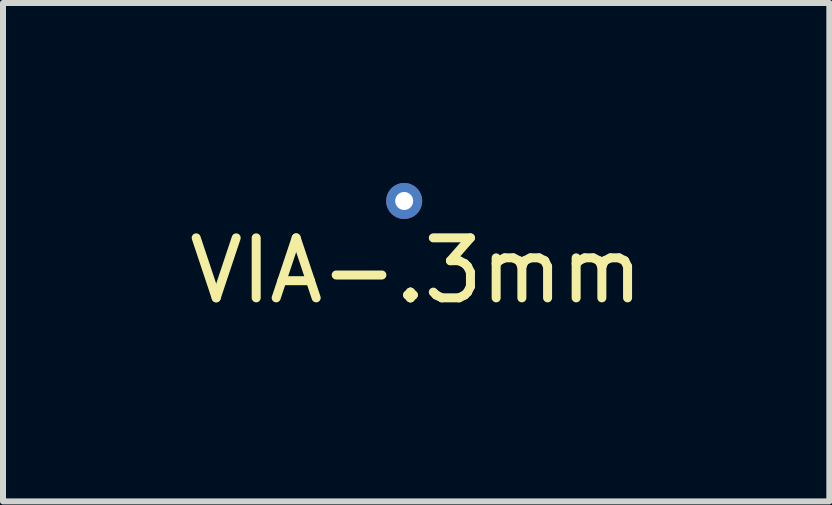
<source format=kicad_pcb>
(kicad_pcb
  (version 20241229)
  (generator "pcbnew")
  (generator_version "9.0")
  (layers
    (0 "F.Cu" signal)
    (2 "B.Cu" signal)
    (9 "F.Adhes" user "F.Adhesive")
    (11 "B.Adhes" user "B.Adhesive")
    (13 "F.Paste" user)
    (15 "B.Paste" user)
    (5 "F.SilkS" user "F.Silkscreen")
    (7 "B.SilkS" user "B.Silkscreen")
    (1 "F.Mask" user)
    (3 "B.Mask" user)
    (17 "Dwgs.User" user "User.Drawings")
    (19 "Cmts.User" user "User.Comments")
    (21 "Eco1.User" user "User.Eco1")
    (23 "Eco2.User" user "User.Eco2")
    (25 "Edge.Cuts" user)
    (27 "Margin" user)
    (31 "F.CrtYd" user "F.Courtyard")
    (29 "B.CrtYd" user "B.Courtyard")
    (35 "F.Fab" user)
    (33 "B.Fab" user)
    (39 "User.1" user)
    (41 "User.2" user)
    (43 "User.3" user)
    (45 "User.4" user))
  (footprint "VIA-.3mm"
    (layer "F.Cu")
    (at 3.687 0.3)
    (property "Reference" "VIA-.3mm" (at 0.2 1.16 0) (layer "F.SilkS") (effects (font (size 1 1) (thickness 0.15))))
    (attr through_hole)
    (pad "1" thru_hole circle (at 0 0) (size 0.6 0.6) (drill 0.3) (layers "*.Cu" "*.Mask")))
  (gr_rect
    (start -3 -3)
    (end 10.774 5.308)
    (stroke (width 0.1) (type default))
    (fill no)
    (layer "Edge.Cuts")))
</source>
